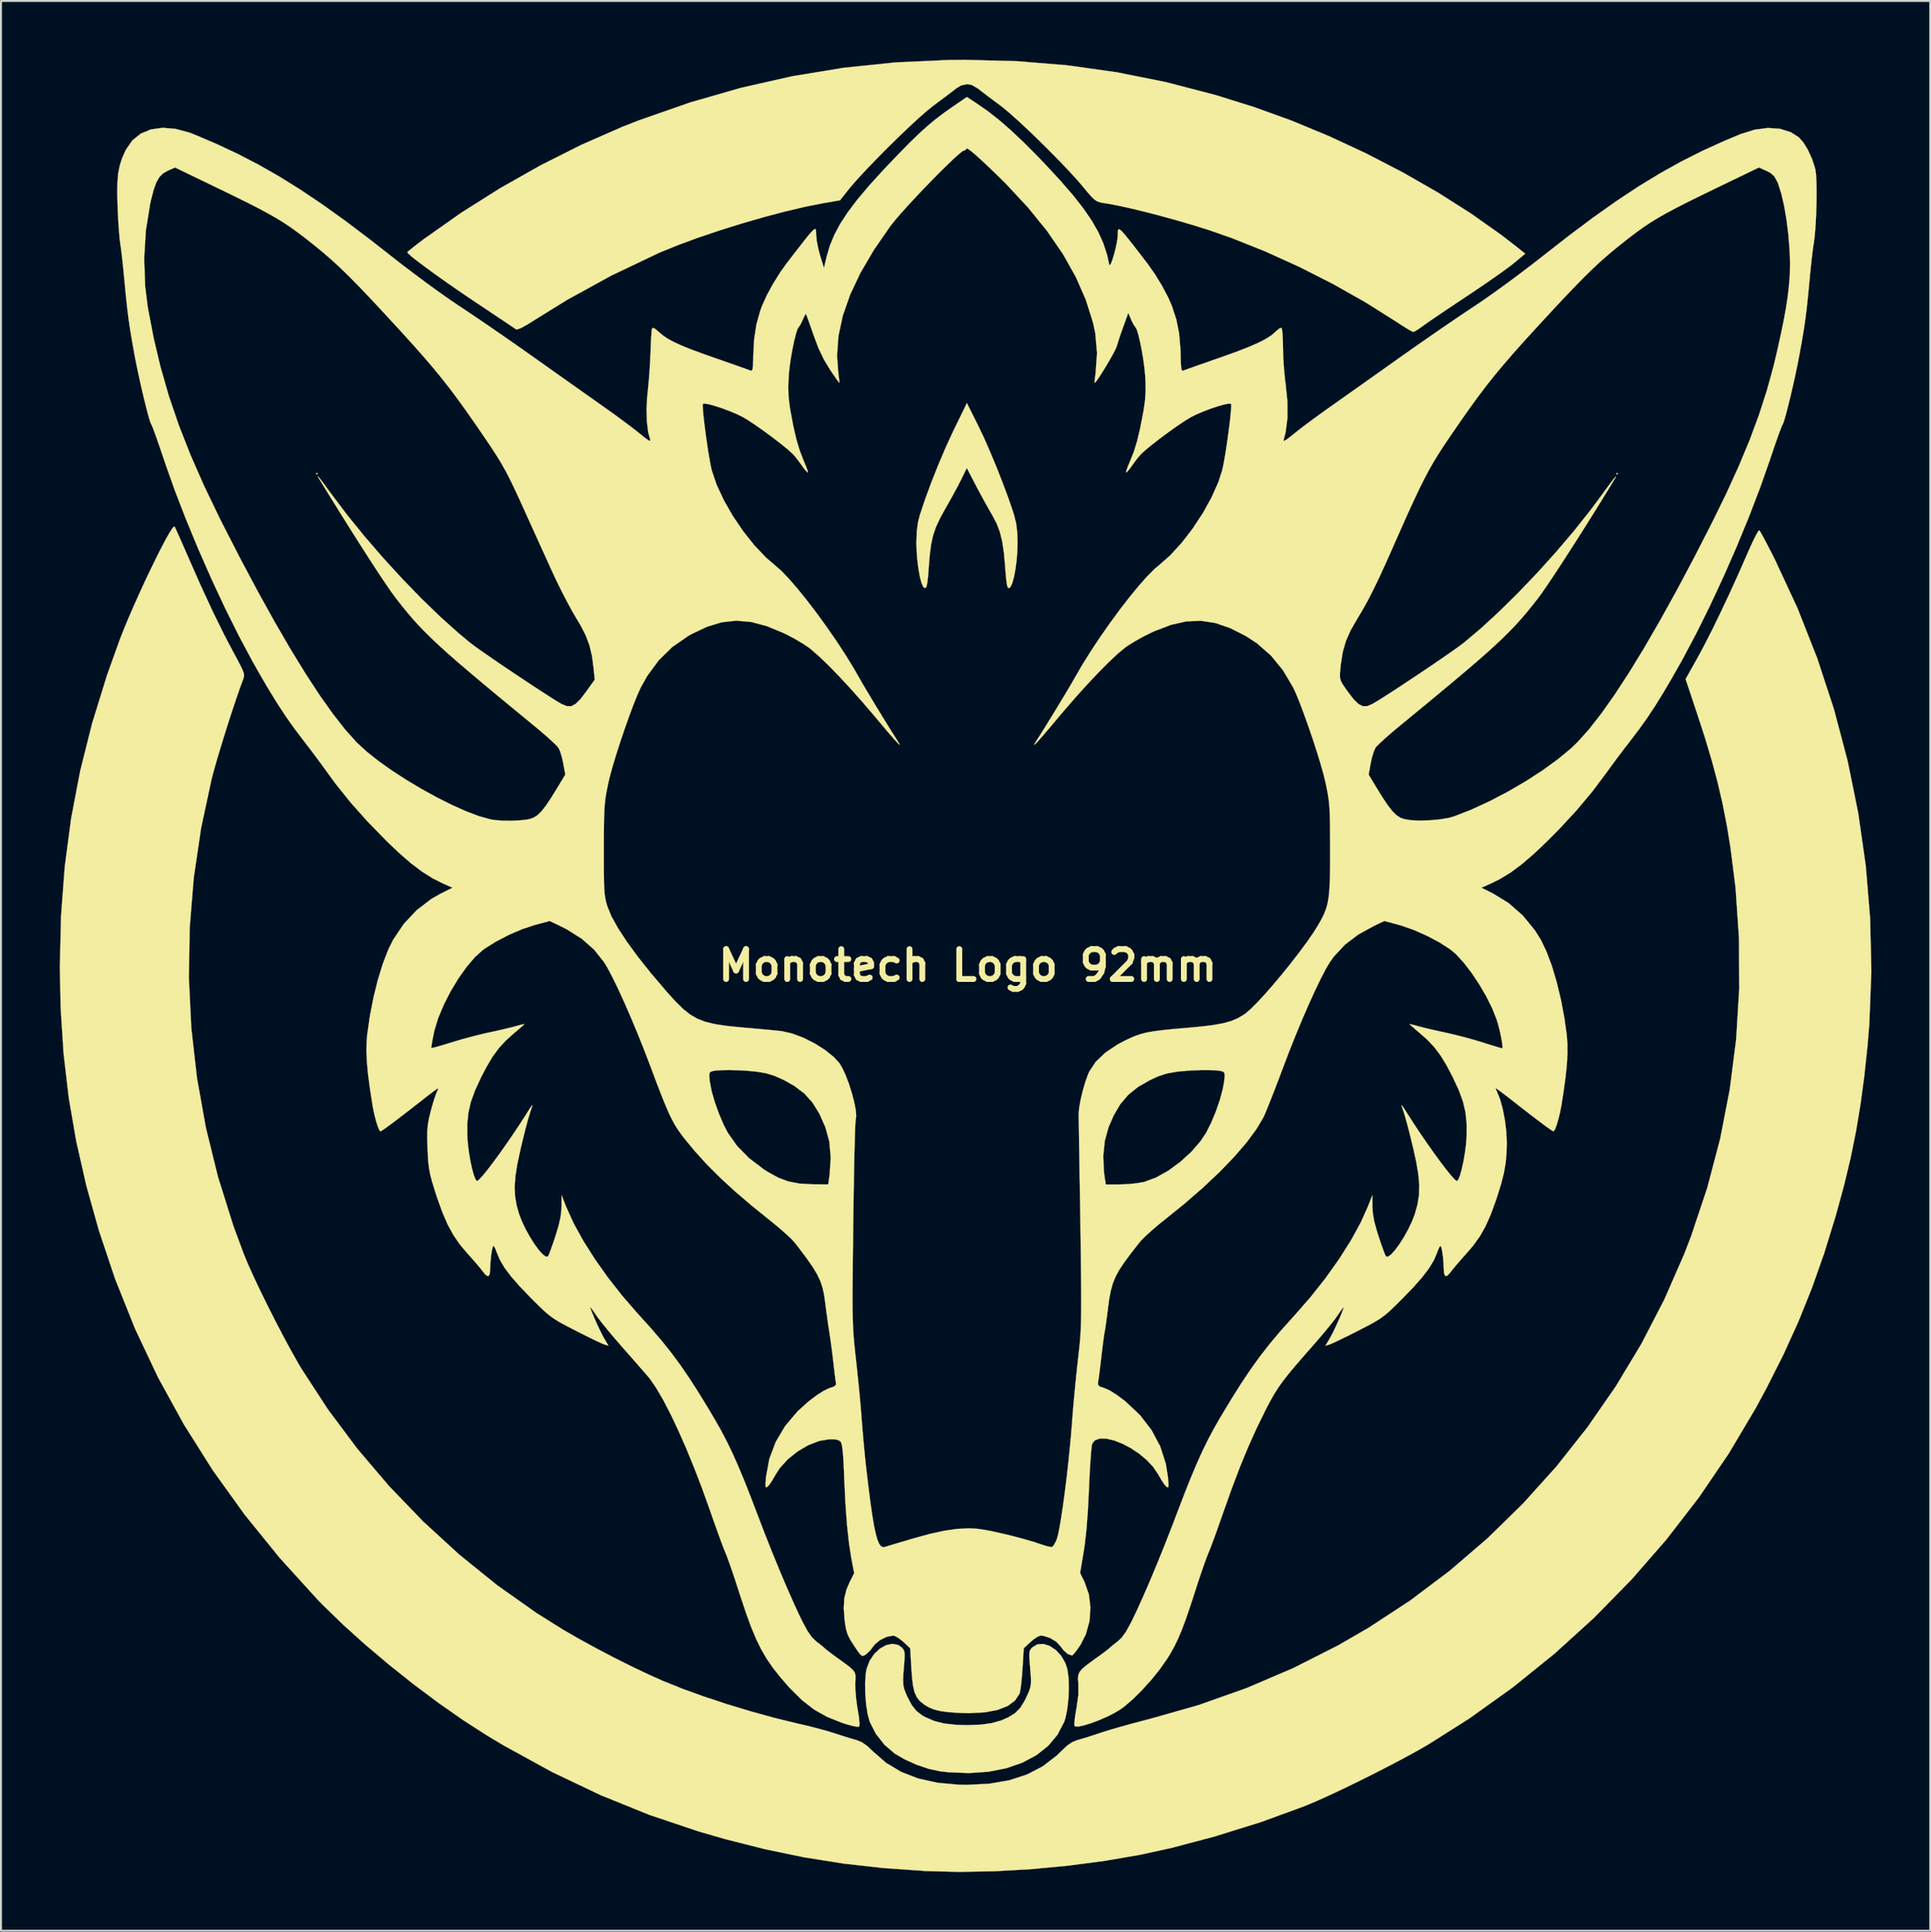
<source format=kicad_pcb>
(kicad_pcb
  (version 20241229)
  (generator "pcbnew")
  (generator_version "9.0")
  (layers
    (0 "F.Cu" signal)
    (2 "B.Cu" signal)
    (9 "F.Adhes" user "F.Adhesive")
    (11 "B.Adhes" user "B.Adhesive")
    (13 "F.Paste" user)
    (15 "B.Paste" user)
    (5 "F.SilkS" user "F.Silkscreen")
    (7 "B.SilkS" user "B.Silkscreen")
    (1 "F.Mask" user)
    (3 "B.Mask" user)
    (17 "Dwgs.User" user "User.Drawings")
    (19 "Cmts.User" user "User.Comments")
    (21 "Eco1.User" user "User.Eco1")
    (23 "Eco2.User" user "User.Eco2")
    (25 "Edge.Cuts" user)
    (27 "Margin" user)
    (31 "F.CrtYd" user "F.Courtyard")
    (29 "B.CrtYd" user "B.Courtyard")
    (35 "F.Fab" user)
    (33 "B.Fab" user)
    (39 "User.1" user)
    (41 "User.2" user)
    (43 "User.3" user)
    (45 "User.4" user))
  (footprint "Monotech Logo 92mm"
    (layer "F.Cu")
    (at 46.356 46.233)
    (property "Reference" "Monotech Logo 92mm" (at 0 0 0) (layer "F.SilkS") (effects (font (size 1.524 1.524) (thickness 0.3))))
    (attr through_hole)
    (fp_poly (pts (xy -33.189 -25.104) (xy -33.232 -25.061) (xy -33.274 -25.104) (xy -33.232 -25.146) (xy -33.189 -25.104)) (stroke (width 0.01) (type solid)) (fill yes) (layer "F.SilkS"))
    (fp_poly (pts (xy 33.189 -25.104) (xy 33.147 -25.061) (xy 33.105 -25.104) (xy 33.147 -25.146) (xy 33.189 -25.104)) (stroke (width 0.01) (type solid)) (fill yes) (layer "F.SilkS"))
    (fp_poly (pts (xy 0.537 -27.541) (xy 0.824 -26.938) (xy 1.139 -26.222) (xy 1.463 -25.442) (xy 1.777 -24.647) (xy 2.06 -23.887) (xy 2.293 -23.211) (xy 2.362 -22.997) (xy 2.47 -22.556) (xy 2.526 -22.076) (xy 2.54 -21.589) (xy 2.526 -21.106) (xy 2.487 -20.636) (xy 2.428 -20.2) (xy 2.355 -19.821) (xy 2.272 -19.522) (xy 2.185 -19.327) (xy 2.099 -19.257) (xy 2.028 -19.32) (xy 1.997 -19.447) (xy 1.963 -19.702) (xy 1.93 -20.045) (xy 1.91 -20.32) (xy 1.847 -21.042) (xy 1.76 -21.631) (xy 1.639 -22.125) (xy 1.474 -22.56) (xy 1.258 -22.972) (xy 1.254 -22.979) (xy 1.062 -23.311) (xy 0.828 -23.732) (xy 0.584 -24.181) (xy 0.422 -24.487) (xy -0.051 -25.395) (xy -0.329 -24.826) (xy -0.484 -24.521) (xy -0.697 -24.124) (xy -0.938 -23.689) (xy -1.153 -23.31) (xy -1.424 -22.817) (xy -1.626 -22.381) (xy -1.771 -21.955) (xy -1.873 -21.494) (xy -1.943 -20.953) (xy -1.994 -20.32) (xy -2.03 -19.844) (xy -2.069 -19.52) (xy -2.114 -19.333) (xy -2.172 -19.265) (xy -2.245 -19.3) (xy -2.273 -19.331) (xy -2.36 -19.514) (xy -2.443 -19.828) (xy -2.517 -20.237) (xy -2.576 -20.702) (xy -2.614 -21.186) (xy -2.625 -21.589) (xy -2.604 -22.168) (xy -2.537 -22.646) (xy -2.451 -22.982) (xy -2.189 -23.77) (xy -1.865 -24.649) (xy -1.502 -25.563) (xy -1.122 -26.455) (xy -0.747 -27.271) (xy -0.698 -27.372) (xy -0.046 -28.708) (xy 0.537 -27.541)) (stroke (width 0.01) (type solid)) (fill yes) (layer "F.SilkS"))
    (fp_poly (pts (xy -3.551 34.685) (xy -3.375 34.81) (xy -3.288 34.911) (xy -3.239 35.026) (xy -3.224 35.197) (xy -3.235 35.467) (xy -3.255 35.72) (xy -3.29 36.165) (xy -3.303 36.486) (xy -3.291 36.726) (xy -3.248 36.93) (xy -3.169 37.142) (xy -3.085 37.331) (xy -2.86 37.756) (xy -2.616 38.06) (xy -2.311 38.291) (xy -2.159 38.375) (xy -1.707 38.567) (xy -1.209 38.693) (xy -0.626 38.759) (xy -0.042 38.775) (xy 0.646 38.752) (xy 1.212 38.676) (xy 1.699 38.54) (xy 2.074 38.375) (xy 2.408 38.168) (xy 2.667 37.909) (xy 2.891 37.554) (xy 3.01 37.31) (xy 3.115 37.074) (xy 3.183 36.885) (xy 3.218 36.699) (xy 3.226 36.473) (xy 3.209 36.165) (xy 3.173 35.732) (xy 3.172 35.72) (xy 3.145 35.362) (xy 3.141 35.131) (xy 3.167 34.983) (xy 3.227 34.878) (xy 3.29 34.81) (xy 3.553 34.652) (xy 3.859 34.632) (xy 4.18 34.734) (xy 4.492 34.942) (xy 4.768 35.239) (xy 4.981 35.608) (xy 5.084 35.927) (xy 5.144 36.361) (xy 5.159 36.887) (xy 5.135 37.448) (xy 5.073 37.984) (xy 4.978 38.438) (xy 4.922 38.608) (xy 4.581 39.264) (xy 4.103 39.833) (xy 3.499 40.312) (xy 2.781 40.694) (xy 1.961 40.977) (xy 1.05 41.155) (xy 0.059 41.224) (xy -1 41.179) (xy -1.429 41.13) (xy -1.988 41.009) (xy -2.602 40.802) (xy -3.203 40.534) (xy -3.72 40.235) (xy -3.722 40.234) (xy -4.254 39.779) (xy -4.698 39.212) (xy -5.005 38.608) (xy -5.113 38.213) (xy -5.191 37.71) (xy -5.235 37.156) (xy -5.241 36.609) (xy -5.206 36.129) (xy -5.165 35.902) (xy -5.011 35.491) (xy -4.775 35.142) (xy -4.485 34.87) (xy -4.166 34.693) (xy -3.846 34.626) (xy -3.551 34.685)) (stroke (width 0.01) (type solid)) (fill yes) (layer "F.SilkS"))
    (fp_poly (pts (xy 2.512 -46.159) (xy 5.085 -45.948) (xy 7.618 -45.592) (xy 10.136 -45.086) (xy 12.663 -44.427) (xy 14.605 -43.821) (xy 16.517 -43.131) (xy 18.439 -42.334) (xy 20.345 -41.447) (xy 22.205 -40.484) (xy 23.994 -39.459) (xy 25.683 -38.386) (xy 27.246 -37.282) (xy 28.014 -36.687) (xy 28.457 -36.333) (xy 27.881 -35.854) (xy 27.649 -35.673) (xy 27.302 -35.419) (xy 26.867 -35.111) (xy 26.371 -34.768) (xy 25.841 -34.409) (xy 25.443 -34.143) (xy 24.921 -33.796) (xy 24.426 -33.465) (xy 23.982 -33.165) (xy 23.612 -32.913) (xy 23.341 -32.724) (xy 23.208 -32.627) (xy 22.985 -32.469) (xy 22.809 -32.366) (xy 22.741 -32.343) (xy 22.637 -32.387) (xy 22.425 -32.509) (xy 22.137 -32.688) (xy 21.838 -32.884) (xy 20.298 -33.854) (xy 18.647 -34.786) (xy 16.93 -35.657) (xy 15.19 -36.447) (xy 13.472 -37.133) (xy 12.319 -37.535) (xy 11.583 -37.767) (xy 10.794 -38) (xy 9.986 -38.224) (xy 9.192 -38.433) (xy 8.444 -38.616) (xy 7.775 -38.766) (xy 7.219 -38.874) (xy 7.01 -38.907) (xy 6.787 -38.945) (xy 6.615 -39.001) (xy 6.46 -39.101) (xy 6.287 -39.269) (xy 6.062 -39.532) (xy 5.917 -39.709) (xy 5.584 -40.098) (xy 5.162 -40.559) (xy 4.677 -41.068) (xy 4.151 -41.603) (xy 3.61 -42.138) (xy 3.077 -42.651) (xy 2.575 -43.118) (xy 2.13 -43.515) (xy 1.765 -43.819) (xy 1.651 -43.906) (xy 1.294 -44.171) (xy 0.959 -44.422) (xy 0.685 -44.631) (xy 0.519 -44.761) (xy 0.202 -44.945) (xy -0.042 -44.992) (xy -0.356 -44.916) (xy -0.604 -44.761) (xy -0.785 -44.619) (xy -1.065 -44.407) (xy -1.403 -44.154) (xy -1.737 -43.906) (xy -2.055 -43.652) (xy -2.463 -43.296) (xy -2.937 -42.86) (xy -3.454 -42.369) (xy -3.991 -41.844) (xy -4.524 -41.309) (xy -5.029 -40.788) (xy -5.483 -40.304) (xy -5.864 -39.88) (xy -6.122 -39.569) (xy -6.521 -39.06) (xy -7.388 -38.91) (xy -8.297 -38.73) (xy -9.32 -38.489) (xy -10.418 -38.199) (xy -11.551 -37.871) (xy -12.681 -37.517) (xy -13.768 -37.15) (xy -14.774 -36.78) (xy -15.659 -36.421) (xy -15.79 -36.364) (xy -18.183 -35.225) (xy -20.458 -33.975) (xy -22.043 -32.994) (xy -22.483 -32.718) (xy -22.798 -32.545) (xy -22.994 -32.47) (xy -23.067 -32.476) (xy -23.163 -32.542) (xy -23.381 -32.689) (xy -23.7 -32.903) (xy -24.102 -33.172) (xy -24.566 -33.482) (xy -25.069 -33.817) (xy -25.662 -34.216) (xy -26.243 -34.615) (xy -26.797 -35.003) (xy -27.307 -35.367) (xy -27.756 -35.696) (xy -28.128 -35.977) (xy -28.405 -36.197) (xy -28.572 -36.346) (xy -28.615 -36.405) (xy -28.55 -36.469) (xy -28.374 -36.613) (xy -28.113 -36.817) (xy -27.794 -37.059) (xy -27.747 -37.094) (xy -25.856 -38.426) (xy -23.868 -39.681) (xy -21.817 -40.84) (xy -19.738 -41.886) (xy -17.664 -42.797) (xy -16.806 -43.134) (xy -14.183 -44.05) (xy -11.573 -44.801) (xy -8.962 -45.391) (xy -6.336 -45.823) (xy -3.679 -46.098) (xy -0.978 -46.221) (xy -0.127 -46.228) (xy 2.512 -46.159)) (stroke (width 0.01) (type solid)) (fill yes) (layer "F.SilkS"))
    (fp_poly (pts (xy -40.453 -22.32) (xy -40.352 -22.102) (xy -40.207 -21.779) (xy -40.03 -21.376) (xy -39.841 -20.941) (xy -39.178 -19.438) (xy -38.556 -18.094) (xy -37.976 -16.911) (xy -37.481 -15.969) (xy -37.25 -15.542) (xy -37.092 -15.235) (xy -36.996 -15.02) (xy -36.951 -14.868) (xy -36.949 -14.752) (xy -36.979 -14.643) (xy -36.99 -14.615) (xy -37.15 -14.184) (xy -37.344 -13.627) (xy -37.559 -12.982) (xy -37.784 -12.286) (xy -38.008 -11.575) (xy -38.217 -10.888) (xy -38.401 -10.261) (xy -38.548 -9.732) (xy -38.602 -9.525) (xy -39.142 -7.006) (xy -39.516 -4.468) (xy -39.723 -1.917) (xy -39.764 0.64) (xy -39.64 3.196) (xy -39.35 5.747) (xy -38.895 8.284) (xy -38.275 10.802) (xy -37.492 13.294) (xy -36.96 14.732) (xy -36.741 15.258) (xy -36.453 15.897) (xy -36.112 16.617) (xy -35.736 17.384) (xy -35.339 18.167) (xy -34.939 18.933) (xy -34.553 19.648) (xy -34.196 20.28) (xy -34.002 20.609) (xy -32.651 22.681) (xy -31.16 24.675) (xy -29.54 26.579) (xy -27.805 28.381) (xy -25.965 30.068) (xy -24.034 31.629) (xy -22.022 33.051) (xy -20.651 33.911) (xy -19.858 34.368) (xy -18.976 34.851) (xy -18.051 35.335) (xy -17.13 35.796) (xy -16.26 36.209) (xy -15.549 36.526) (xy -14.571 36.919) (xy -13.469 37.317) (xy -12.288 37.708) (xy -11.072 38.076) (xy -9.865 38.408) (xy -8.713 38.691) (xy -8.523 38.733) (xy -8.036 38.848) (xy -7.522 38.982) (xy -7.05 39.116) (xy -6.787 39.198) (xy -6.406 39.322) (xy -6.038 39.436) (xy -5.745 39.522) (xy -5.681 39.54) (xy -5.41 39.647) (xy -5.132 39.843) (xy -4.834 40.126) (xy -4.161 40.71) (xy -3.393 41.168) (xy -2.523 41.504) (xy -1.545 41.72) (xy -0.451 41.818) (xy -0.042 41.825) (xy 1.093 41.768) (xy 2.111 41.593) (xy 3.017 41.299) (xy 3.82 40.883) (xy 4.525 40.343) (xy 4.749 40.126) (xy 5.068 39.825) (xy 5.342 39.639) (xy 5.596 39.54) (xy 5.837 39.471) (xy 6.184 39.364) (xy 6.581 39.235) (xy 6.825 39.154) (xy 7.197 39.036) (xy 7.687 38.892) (xy 8.246 38.736) (xy 8.826 38.58) (xy 9.238 38.475) (xy 11.765 37.758) (xy 14.224 36.888) (xy 16.609 35.868) (xy 18.913 34.701) (xy 20.459 33.807) (xy 22.585 32.415) (xy 24.614 30.887) (xy 26.539 29.232) (xy 28.353 27.457) (xy 30.052 25.57) (xy 31.627 23.579) (xy 33.074 21.492) (xy 34.385 19.316) (xy 35.554 17.058) (xy 36.574 14.728) (xy 36.929 13.807) (xy 37.752 11.341) (xy 38.409 8.844) (xy 38.9 6.319) (xy 39.224 3.771) (xy 39.381 1.202) (xy 39.37 -1.384) (xy 39.192 -3.982) (xy 38.936 -6.011) (xy 38.748 -7.157) (xy 38.534 -8.249) (xy 38.284 -9.329) (xy 37.988 -10.437) (xy 37.636 -11.615) (xy 37.24 -12.833) (xy 36.644 -14.618) (xy 37.254 -15.706) (xy 37.606 -16.36) (xy 38.005 -17.144) (xy 38.436 -18.029) (xy 38.886 -18.987) (xy 39.342 -19.989) (xy 39.789 -21.006) (xy 39.792 -21.015) (xy 39.978 -21.432) (xy 40.145 -21.784) (xy 40.281 -22.046) (xy 40.373 -22.193) (xy 40.403 -22.214) (xy 40.462 -22.128) (xy 40.583 -21.913) (xy 40.754 -21.596) (xy 40.96 -21.199) (xy 41.189 -20.747) (xy 41.205 -20.715) (xy 42.36 -18.228) (xy 43.364 -15.68) (xy 44.217 -13.081) (xy 44.915 -10.443) (xy 45.457 -7.775) (xy 45.841 -5.087) (xy 46.065 -2.392) (xy 46.126 0.302) (xy 46.023 2.982) (xy 45.932 4.092) (xy 45.764 5.662) (xy 45.569 7.11) (xy 45.34 8.483) (xy 45.067 9.826) (xy 44.742 11.186) (xy 44.355 12.608) (xy 44.293 12.827) (xy 43.717 14.693) (xy 43.095 16.457) (xy 42.407 18.166) (xy 41.636 19.864) (xy 40.762 21.597) (xy 40.21 22.617) (xy 38.841 24.922) (xy 37.325 27.15) (xy 35.67 29.293) (xy 33.885 31.342) (xy 31.976 33.29) (xy 29.953 35.128) (xy 27.822 36.848) (xy 25.593 38.443) (xy 23.537 39.746) (xy 22.97 40.073) (xy 22.293 40.443) (xy 21.539 40.841) (xy 20.74 41.251) (xy 19.927 41.656) (xy 19.133 42.041) (xy 18.39 42.389) (xy 17.73 42.685) (xy 17.187 42.912) (xy 14.963 43.725) (xy 12.61 44.457) (xy 10.448 45.032) (xy 8.781 45.397) (xy 6.996 45.704) (xy 5.137 45.948) (xy 3.248 46.127) (xy 1.371 46.234) (xy -0.449 46.268) (xy -2.159 46.223) (xy -4.307 46.072) (xy -6.355 45.842) (xy -8.352 45.524) (xy -10.345 45.111) (xy -12.381 44.595) (xy -13.758 44.197) (xy -16.268 43.353) (xy -18.756 42.344) (xy -21.224 41.168) (xy -23.674 39.824) (xy -24.553 39.299) (xy -25.749 38.53) (xy -27.001 37.655) (xy -28.277 36.702) (xy -29.541 35.696) (xy -30.761 34.666) (xy -31.902 33.638) (xy -32.929 32.64) (xy -33.194 32.368) (xy -35.131 30.235) (xy -36.913 28.037) (xy -38.54 25.772) (xy -40.013 23.437) (xy -41.336 21.03) (xy -42.509 18.548) (xy -43.533 15.989) (xy -44.364 13.504) (xy -45.004 11.214) (xy -45.513 8.973) (xy -45.897 6.743) (xy -46.16 4.487) (xy -46.31 2.168) (xy -46.351 0.085) (xy -46.29 -2.523) (xy -46.099 -5.048) (xy -45.773 -7.515) (xy -45.308 -9.949) (xy -44.698 -12.377) (xy -43.94 -14.825) (xy -43.294 -16.627) (xy -43.088 -17.15) (xy -42.849 -17.727) (xy -42.584 -18.338) (xy -42.303 -18.966) (xy -42.015 -19.593) (xy -41.727 -20.2) (xy -41.45 -20.769) (xy -41.192 -21.281) (xy -40.961 -21.72) (xy -40.766 -22.066) (xy -40.617 -22.301) (xy -40.522 -22.407) (xy -40.498 -22.408) (xy -40.453 -22.32)) (stroke (width 0.01) (type solid)) (fill yes) (layer "F.SilkS"))
    (fp_poly (pts (xy 0.464 -43.997) (xy 1.028 -43.603) (xy 1.603 -43.152) (xy 2.207 -42.627) (xy 2.861 -42.009) (xy 3.585 -41.28) (xy 3.959 -40.89) (xy 4.728 -40.06) (xy 5.372 -39.316) (xy 5.903 -38.64) (xy 6.331 -38.015) (xy 6.668 -37.424) (xy 6.924 -36.85) (xy 7.11 -36.276) (xy 7.222 -35.772) (xy 7.256 -35.744) (xy 7.316 -35.848) (xy 7.391 -36.05) (xy 7.472 -36.316) (xy 7.548 -36.612) (xy 7.61 -36.904) (xy 7.648 -37.158) (xy 7.655 -37.263) (xy 7.658 -37.415) (xy 7.667 -37.524) (xy 7.695 -37.58) (xy 7.753 -37.573) (xy 7.851 -37.492) (xy 8 -37.327) (xy 8.213 -37.067) (xy 8.5 -36.701) (xy 8.872 -36.218) (xy 9.165 -35.837) (xy 9.545 -35.3) (xy 9.91 -34.703) (xy 10.224 -34.111) (xy 10.419 -33.667) (xy 10.645 -32.974) (xy 10.788 -32.257) (xy 10.857 -31.457) (xy 10.866 -31.135) (xy 10.875 -30.753) (xy 10.892 -30.514) (xy 10.922 -30.39) (xy 10.97 -30.356) (xy 11.006 -30.366) (xy 11.121 -30.409) (xy 11.371 -30.499) (xy 11.73 -30.627) (xy 12.173 -30.782) (xy 12.676 -30.958) (xy 12.869 -31.025) (xy 13.659 -31.307) (xy 14.301 -31.555) (xy 14.813 -31.777) (xy 15.211 -31.981) (xy 15.511 -32.175) (xy 15.731 -32.367) (xy 15.741 -32.378) (xy 15.894 -32.509) (xy 16.005 -32.55) (xy 16.014 -32.547) (xy 16.044 -32.449) (xy 16.068 -32.218) (xy 16.084 -31.89) (xy 16.089 -31.555) (xy 16.103 -31.049) (xy 16.138 -30.492) (xy 16.188 -29.971) (xy 16.215 -29.76) (xy 16.315 -28.795) (xy 16.318 -27.95) (xy 16.223 -27.208) (xy 16.119 -26.809) (xy 16.149 -26.776) (xy 16.289 -26.856) (xy 16.528 -27.04) (xy 16.607 -27.105) (xy 16.856 -27.305) (xy 17.208 -27.575) (xy 17.63 -27.889) (xy 18.087 -28.221) (xy 18.457 -28.485) (xy 18.866 -28.773) (xy 19.381 -29.138) (xy 19.974 -29.557) (xy 20.612 -30.01) (xy 21.267 -30.473) (xy 21.906 -30.927) (xy 22.083 -31.053) (xy 22.724 -31.505) (xy 23.399 -31.976) (xy 24.077 -32.445) (xy 24.725 -32.889) (xy 25.308 -33.284) (xy 25.795 -33.609) (xy 25.893 -33.673) (xy 26.371 -33.996) (xy 26.943 -34.4) (xy 27.575 -34.858) (xy 28.23 -35.346) (xy 28.872 -35.835) (xy 29.412 -36.257) (xy 30.745 -37.297) (xy 31.985 -38.223) (xy 33.152 -39.047) (xy 34.266 -39.782) (xy 35.348 -40.441) (xy 36.418 -41.036) (xy 37.495 -41.579) (xy 38.6 -42.082) (xy 39.452 -42.438) (xy 40.162 -42.661) (xy 40.839 -42.751) (xy 41.464 -42.708) (xy 42.016 -42.533) (xy 42.426 -42.271) (xy 42.658 -42.008) (xy 42.89 -41.627) (xy 43.095 -41.178) (xy 43.248 -40.713) (xy 43.265 -40.645) (xy 43.301 -40.383) (xy 43.323 -39.989) (xy 43.331 -39.501) (xy 43.326 -38.955) (xy 43.31 -38.389) (xy 43.282 -37.84) (xy 43.245 -37.344) (xy 43.198 -36.939) (xy 43.18 -36.83) (xy 43.143 -36.584) (xy 43.097 -36.21) (xy 43.046 -35.751) (xy 42.995 -35.248) (xy 42.969 -34.967) (xy 42.898 -34.219) (xy 42.831 -33.588) (xy 42.761 -33.023) (xy 42.68 -32.471) (xy 42.582 -31.88) (xy 42.459 -31.199) (xy 42.451 -31.157) (xy 42.357 -30.672) (xy 42.247 -30.147) (xy 42.127 -29.609) (xy 42.006 -29.085) (xy 41.888 -28.602) (xy 41.78 -28.185) (xy 41.689 -27.863) (xy 41.622 -27.661) (xy 41.592 -27.606) (xy 41.548 -27.515) (xy 41.46 -27.287) (xy 41.336 -26.945) (xy 41.185 -26.512) (xy 41.014 -26.012) (xy 40.923 -25.739) (xy 40.436 -24.357) (xy 39.872 -22.887) (xy 39.247 -21.37) (xy 38.58 -19.848) (xy 37.889 -18.364) (xy 37.193 -16.958) (xy 36.511 -15.673) (xy 36.448 -15.56) (xy 35.944 -14.669) (xy 35.492 -13.902) (xy 35.074 -13.229) (xy 34.672 -12.623) (xy 34.265 -12.052) (xy 33.836 -11.489) (xy 33.823 -11.472) (xy 33.499 -11.053) (xy 33.148 -10.587) (xy 32.819 -10.141) (xy 32.621 -9.867) (xy 31.894 -8.895) (xy 31.092 -7.936) (xy 30.185 -6.956) (xy 29.574 -6.341) (xy 28.892 -5.693) (xy 28.28 -5.168) (xy 27.713 -4.747) (xy 27.167 -4.413) (xy 26.695 -4.18) (xy 26.218 -3.969) (xy 26.817 -3.671) (xy 27.612 -3.183) (xy 28.326 -2.556) (xy 28.942 -1.807) (xy 29.253 -1.312) (xy 29.541 -0.715) (xy 29.815 0.018) (xy 30.065 0.856) (xy 30.284 1.766) (xy 30.461 2.715) (xy 30.575 3.538) (xy 30.61 3.995) (xy 30.613 4.491) (xy 30.582 5.052) (xy 30.514 5.706) (xy 30.408 6.477) (xy 30.301 7.154) (xy 30.232 7.509) (xy 30.147 7.856) (xy 30.056 8.157) (xy 29.972 8.373) (xy 29.907 8.466) (xy 29.901 8.467) (xy 29.803 8.414) (xy 29.579 8.259) (xy 29.237 8.006) (xy 28.782 7.66) (xy 28.221 7.225) (xy 27.829 6.918) (xy 27.51 6.67) (xy 27.241 6.465) (xy 27.049 6.324) (xy 26.96 6.266) (xy 26.958 6.265) (xy 26.961 6.328) (xy 27.015 6.446) (xy 27.171 6.825) (xy 27.308 7.324) (xy 27.418 7.894) (xy 27.49 8.485) (xy 27.515 9.044) (xy 27.501 9.599) (xy 27.453 10.104) (xy 27.364 10.608) (xy 27.224 11.157) (xy 27.024 11.801) (xy 26.964 11.98) (xy 26.7 12.707) (xy 26.432 13.309) (xy 26.138 13.828) (xy 25.792 14.308) (xy 25.46 14.695) (xy 25.183 15.006) (xy 24.929 15.301) (xy 24.732 15.539) (xy 24.651 15.645) (xy 24.488 15.83) (xy 24.375 15.853) (xy 24.313 15.715) (xy 24.299 15.51) (xy 24.287 15.203) (xy 24.259 14.884) (xy 24.22 14.599) (xy 24.176 14.393) (xy 24.134 14.309) (xy 24.132 14.309) (xy 24.072 14.381) (xy 23.99 14.564) (xy 23.955 14.663) (xy 23.796 15.04) (xy 23.552 15.446) (xy 23.21 15.897) (xy 22.756 16.414) (xy 22.214 16.976) (xy 21.837 17.352) (xy 21.54 17.635) (xy 21.284 17.855) (xy 21.03 18.039) (xy 20.74 18.215) (xy 20.375 18.413) (xy 19.935 18.639) (xy 19.499 18.859) (xy 19.102 19.055) (xy 18.775 19.212) (xy 18.547 19.315) (xy 18.465 19.347) (xy 18.26 19.409) (xy 18.493 19.011) (xy 18.607 18.8) (xy 18.742 18.523) (xy 18.884 18.216) (xy 19.015 17.917) (xy 19.119 17.664) (xy 19.179 17.493) (xy 19.184 17.441) (xy 19.128 17.506) (xy 19.006 17.674) (xy 18.862 17.886) (xy 18.704 18.102) (xy 18.459 18.411) (xy 18.154 18.78) (xy 17.816 19.176) (xy 17.601 19.422) (xy 17.092 20.002) (xy 16.68 20.48) (xy 16.348 20.881) (xy 16.077 21.229) (xy 15.851 21.547) (xy 15.652 21.859) (xy 15.464 22.19) (xy 15.267 22.561) (xy 15.193 22.706) (xy 14.739 23.633) (xy 14.313 24.581) (xy 13.897 25.588) (xy 13.478 26.691) (xy 13.079 27.813) (xy 12.888 28.358) (xy 12.704 28.874) (xy 12.538 29.33) (xy 12.401 29.696) (xy 12.303 29.942) (xy 12.282 29.992) (xy 12.198 30.202) (xy 12.075 30.538) (xy 11.926 30.969) (xy 11.762 31.459) (xy 11.604 31.946) (xy 11.348 32.732) (xy 11.125 33.381) (xy 10.922 33.92) (xy 10.731 34.374) (xy 10.538 34.771) (xy 10.334 35.137) (xy 10.174 35.396) (xy 9.805 35.921) (xy 9.368 36.464) (xy 8.896 36.987) (xy 8.424 37.455) (xy 7.986 37.831) (xy 7.787 37.975) (xy 7.464 38.167) (xy 7.088 38.355) (xy 6.69 38.527) (xy 6.301 38.674) (xy 5.951 38.783) (xy 5.672 38.845) (xy 5.493 38.847) (xy 5.447 38.813) (xy 5.441 38.678) (xy 5.466 38.422) (xy 5.516 38.091) (xy 5.547 37.923) (xy 5.646 37.216) (xy 5.643 36.651) (xy 5.624 36.413) (xy 5.638 36.226) (xy 5.705 36.064) (xy 5.844 35.899) (xy 6.075 35.705) (xy 6.417 35.453) (xy 6.604 35.32) (xy 6.875 35.123) (xy 7.096 34.957) (xy 7.227 34.85) (xy 7.239 34.837) (xy 7.356 34.734) (xy 7.551 34.581) (xy 7.643 34.512) (xy 7.863 34.303) (xy 8.088 33.987) (xy 8.335 33.536) (xy 8.344 33.52) (xy 8.625 32.935) (xy 8.949 32.218) (xy 9.305 31.397) (xy 9.679 30.502) (xy 10.06 29.56) (xy 10.436 28.599) (xy 10.671 27.982) (xy 11.045 27.004) (xy 11.38 26.162) (xy 11.688 25.43) (xy 11.981 24.781) (xy 12.271 24.19) (xy 12.569 23.631) (xy 12.865 23.114) (xy 13.432 22.17) (xy 13.948 21.349) (xy 14.436 20.62) (xy 14.917 19.953) (xy 15.413 19.317) (xy 15.947 18.681) (xy 16.541 18.016) (xy 16.651 17.897) (xy 17.483 16.945) (xy 18.258 15.966) (xy 18.958 14.983) (xy 19.566 14.022) (xy 20.065 13.108) (xy 20.412 12.335) (xy 20.653 11.726) (xy 20.656 12.3) (xy 20.679 12.666) (xy 20.75 13.065) (xy 20.881 13.545) (xy 20.969 13.824) (xy 21.096 14.204) (xy 21.211 14.525) (xy 21.299 14.754) (xy 21.348 14.853) (xy 21.454 14.864) (xy 21.616 14.746) (xy 21.817 14.523) (xy 22.04 14.218) (xy 22.268 13.857) (xy 22.487 13.464) (xy 22.678 13.062) (xy 22.826 12.676) (xy 22.828 12.669) (xy 22.961 12.185) (xy 23.035 11.713) (xy 23.048 11.217) (xy 23.001 10.663) (xy 22.891 10.016) (xy 22.745 9.356) (xy 22.582 8.681) (xy 22.444 8.142) (xy 22.322 7.707) (xy 22.208 7.346) (xy 22.141 7.154) (xy 22.15 7.133) (xy 22.229 7.235) (xy 22.362 7.438) (xy 22.377 7.462) (xy 22.707 7.98) (xy 23.058 8.511) (xy 23.417 9.036) (xy 23.77 9.537) (xy 24.103 9.994) (xy 24.402 10.388) (xy 24.653 10.7) (xy 24.843 10.912) (xy 24.957 11.004) (xy 24.968 11.007) (xy 25.043 10.928) (xy 25.129 10.713) (xy 25.217 10.395) (xy 25.302 10.007) (xy 25.377 9.581) (xy 25.433 9.149) (xy 25.464 8.744) (xy 25.465 8.721) (xy 25.467 8.076) (xy 25.409 7.503) (xy 25.28 6.951) (xy 25.068 6.369) (xy 24.765 5.715) (xy 24.436 5.087) (xy 24.126 4.582) (xy 23.807 4.16) (xy 23.449 3.783) (xy 23.098 3.472) (xy 22.848 3.261) (xy 22.659 3.096) (xy 22.559 3.003) (xy 22.551 2.991) (xy 22.632 3.005) (xy 22.829 3.054) (xy 23.029 3.109) (xy 23.317 3.184) (xy 23.708 3.277) (xy 24.141 3.374) (xy 24.384 3.426) (xy 24.853 3.534) (xy 25.401 3.675) (xy 25.946 3.827) (xy 26.26 3.922) (xy 26.642 4.042) (xy 26.962 4.14) (xy 27.186 4.207) (xy 27.283 4.233) (xy 27.284 4.233) (xy 27.3 4.158) (xy 27.28 3.96) (xy 27.231 3.679) (xy 27.162 3.356) (xy 27.08 3.031) (xy 26.999 2.761) (xy 26.771 2.186) (xy 26.465 1.571) (xy 26.103 0.952) (xy 25.709 0.363) (xy 25.306 -0.159) (xy 24.916 -0.582) (xy 24.652 -0.808) (xy 24.102 -1.165) (xy 23.452 -1.511) (xy 22.772 -1.813) (xy 22.131 -2.037) (xy 22.028 -2.066) (xy 21.262 -2.271) (xy 20.751 -2.029) (xy 19.929 -1.576) (xy 19.249 -1.06) (xy 18.694 -0.463) (xy 18.483 -0.169) (xy 18.274 0.183) (xy 18.019 0.672) (xy 17.728 1.277) (xy 17.411 1.973) (xy 17.078 2.739) (xy 16.74 3.553) (xy 16.406 4.391) (xy 16.127 5.122) (xy 15.901 5.723) (xy 15.683 6.292) (xy 15.483 6.805) (xy 15.311 7.236) (xy 15.177 7.559) (xy 15.093 7.747) (xy 14.731 8.358) (xy 14.231 9.034) (xy 13.603 9.764) (xy 12.859 10.535) (xy 12.011 11.335) (xy 11.071 12.152) (xy 10.128 12.913) (xy 9.738 13.227) (xy 9.37 13.542) (xy 9.056 13.829) (xy 8.832 14.056) (xy 8.781 14.116) (xy 8.341 14.678) (xy 7.997 15.14) (xy 7.735 15.535) (xy 7.541 15.891) (xy 7.4 16.239) (xy 7.298 16.607) (xy 7.22 17.027) (xy 7.158 17.484) (xy 7.104 17.906) (xy 7.054 18.274) (xy 7.014 18.551) (xy 6.987 18.702) (xy 6.985 18.711) (xy 6.962 18.839) (xy 6.925 19.1) (xy 6.879 19.459) (xy 6.828 19.88) (xy 6.816 19.981) (xy 6.765 20.417) (xy 6.717 20.803) (xy 6.677 21.103) (xy 6.65 21.28) (xy 6.647 21.298) (xy 6.651 21.416) (xy 6.754 21.499) (xy 6.966 21.569) (xy 7.229 21.684) (xy 7.578 21.901) (xy 7.983 22.201) (xy 8.057 22.26) (xy 8.791 22.952) (xy 9.382 23.718) (xy 9.823 24.549) (xy 10.109 25.433) (xy 10.216 26.109) (xy 10.242 26.417) (xy 10.244 26.586) (xy 10.217 26.643) (xy 10.157 26.616) (xy 10.13 26.595) (xy 10.018 26.462) (xy 9.865 26.229) (xy 9.724 25.983) (xy 9.471 25.604) (xy 9.138 25.246) (xy 8.749 24.921) (xy 8.325 24.638) (xy 7.889 24.409) (xy 7.466 24.244) (xy 7.076 24.153) (xy 6.743 24.147) (xy 6.49 24.237) (xy 6.348 24.413) (xy 6.323 24.546) (xy 6.295 24.822) (xy 6.265 25.218) (xy 6.234 25.706) (xy 6.205 26.263) (xy 6.186 26.712) (xy 6.13 27.816) (xy 6.06 28.756) (xy 5.974 29.536) (xy 5.916 29.919) (xy 5.733 31.009) (xy 5.963 31.479) (xy 6.18 32.104) (xy 6.261 32.784) (xy 6.209 33.477) (xy 6.026 34.141) (xy 5.75 34.682) (xy 5.572 34.94) (xy 5.422 35.131) (xy 5.327 35.219) (xy 5.318 35.221) (xy 5.099 35.145) (xy 4.87 34.936) (xy 4.747 34.765) (xy 4.516 34.52) (xy 4.19 34.323) (xy 3.841 34.215) (xy 3.72 34.205) (xy 3.566 34.261) (xy 3.351 34.403) (xy 3.203 34.529) (xy 2.856 34.853) (xy 2.791 35.905) (xy 2.759 36.329) (xy 2.721 36.709) (xy 2.68 37.002) (xy 2.642 37.168) (xy 2.642 37.169) (xy 2.412 37.522) (xy 2.034 37.8) (xy 1.516 38.001) (xy 0.862 38.124) (xy 0.078 38.165) (xy -0.391 38.154) (xy -0.953 38.117) (xy -1.383 38.062) (xy -1.719 37.981) (xy -1.999 37.864) (xy -2.207 37.739) (xy -2.433 37.562) (xy -2.599 37.361) (xy -2.716 37.105) (xy -2.796 36.763) (xy -2.85 36.303) (xy -2.877 35.923) (xy -2.94 34.853) (xy -3.287 34.529) (xy -3.51 34.349) (xy -3.711 34.231) (xy -3.805 34.205) (xy -4.135 34.268) (xy -4.473 34.43) (xy -4.746 34.651) (xy -4.826 34.755) (xy -4.998 34.981) (xy -5.189 35.159) (xy -5.207 35.171) (xy -5.312 35.233) (xy -5.396 35.24) (xy -5.488 35.171) (xy -5.616 35.003) (xy -5.808 34.718) (xy -6.013 34.395) (xy -6.141 34.132) (xy -6.22 33.858) (xy -6.277 33.5) (xy -6.287 33.418) (xy -6.333 32.809) (xy -6.303 32.302) (xy -6.19 31.847) (xy -6.028 31.472) (xy -5.8 31.02) (xy -5.944 30.263) (xy -6.063 29.503) (xy -6.163 28.585) (xy -6.244 27.504) (xy -6.305 26.259) (xy -6.315 25.975) (xy -6.343 25.337) (xy -6.377 24.859) (xy -6.417 24.534) (xy -6.464 24.352) (xy -6.479 24.324) (xy -6.594 24.231) (xy -6.789 24.188) (xy -7.058 24.183) (xy -7.583 24.268) (xy -8.138 24.482) (xy -8.683 24.8) (xy -9.181 25.197) (xy -9.592 25.647) (xy -9.809 25.983) (xy -9.967 26.258) (xy -10.117 26.482) (xy -10.215 26.595) (xy -10.287 26.642) (xy -10.324 26.615) (xy -10.33 26.484) (xy -10.311 26.222) (xy -10.301 26.109) (xy -10.133 25.19) (xy -9.805 24.319) (xy -9.322 23.506) (xy -8.691 22.759) (xy -8.144 22.265) (xy -7.736 21.955) (xy -7.377 21.722) (xy -7.097 21.585) (xy -7.051 21.57) (xy -6.826 21.493) (xy -6.733 21.409) (xy -6.731 21.298) (xy -6.756 21.142) (xy -6.793 20.863) (xy -6.835 20.508) (xy -6.86 20.278) (xy -6.916 19.806) (xy -6.983 19.295) (xy -7.05 18.833) (xy -7.069 18.711) (xy -7.136 18.274) (xy -7.208 17.764) (xy -7.271 17.279) (xy -7.282 17.187) (xy -7.34 16.785) (xy -7.419 16.432) (xy -7.531 16.101) (xy -7.691 15.764) (xy -7.914 15.394) (xy -8.212 14.965) (xy -8.601 14.447) (xy -8.822 14.161) (xy -8.994 13.973) (xy -9.267 13.715) (xy -9.604 13.418) (xy -9.971 13.114) (xy -10.033 13.065) (xy -11.02 12.268) (xy -11.88 11.533) (xy -12.635 10.839) (xy -13.307 10.168) (xy -13.916 9.498) (xy -14.412 8.9) (xy -14.614 8.641) (xy -14.79 8.394) (xy -14.951 8.138) (xy -15.107 7.853) (xy -15.269 7.517) (xy -15.445 7.109) (xy -15.647 6.607) (xy -15.885 5.992) (xy -16.004 5.674) (xy -13.198 5.674) (xy -13.173 5.914) (xy -13.081 6.398) (xy -12.918 6.969) (xy -12.704 7.568) (xy -12.459 8.139) (xy -12.252 8.54) (xy -11.783 9.207) (xy -11.165 9.836) (xy -10.415 10.407) (xy -10.231 10.526) (xy -9.688 10.826) (xy -9.166 11.022) (xy -8.604 11.132) (xy -7.945 11.17) (xy -7.901 11.17) (xy -7.124 11.176) (xy -7.055 10.689) (xy -6.995 9.803) (xy -7.071 8.975) (xy -7.272 8.253) (xy -7.582 7.555) (xy -7.931 6.993) (xy -8.346 6.534) (xy -8.857 6.146) (xy -9.387 5.848) (xy -9.86 5.635) (xy -10.299 5.501) (xy -10.762 5.422) (xy -11.217 5.377) (xy -11.703 5.349) (xy -12.177 5.337) (xy -12.594 5.344) (xy -12.912 5.368) (xy -13.028 5.39) (xy -13.141 5.433) (xy -13.193 5.512) (xy -13.198 5.674) (xy -16.004 5.674) (xy -16.167 5.241) (xy -16.212 5.122) (xy -16.533 4.281) (xy -16.869 3.445) (xy -17.207 2.637) (xy -17.538 1.878) (xy -17.852 1.192) (xy -18.139 0.602) (xy -18.388 0.129) (xy -18.568 -0.169) (xy -19.074 -0.806) (xy -19.696 -1.356) (xy -20.452 -1.835) (xy -20.836 -2.029) (xy -21.347 -2.271) (xy -22.113 -2.066) (xy -22.744 -1.857) (xy -23.426 -1.564) (xy -24.089 -1.221) (xy -24.664 -0.86) (xy -24.74 -0.805) (xy -25.156 -0.433) (xy -25.586 0.071) (xy -26.01 0.67) (xy -26.407 1.329) (xy -26.757 2.015) (xy -27.039 2.692) (xy -27.232 3.325) (xy -27.258 3.443) (xy -27.323 3.775) (xy -27.369 4.038) (xy -27.389 4.193) (xy -27.388 4.217) (xy -27.303 4.204) (xy -27.089 4.147) (xy -26.777 4.056) (xy -26.398 3.939) (xy -26.361 3.928) (xy -25.859 3.778) (xy -25.304 3.627) (xy -24.775 3.494) (xy -24.469 3.426) (xy -24.04 3.333) (xy -23.618 3.236) (xy -23.263 3.149) (xy -23.114 3.109) (xy -22.861 3.04) (xy -22.686 2.998) (xy -22.636 2.991) (xy -22.69 3.048) (xy -22.846 3.186) (xy -23.075 3.382) (xy -23.183 3.472) (xy -23.596 3.843) (xy -23.945 4.225) (xy -24.261 4.657) (xy -24.572 5.18) (xy -24.85 5.715) (xy -25.156 6.377) (xy -25.367 6.958) (xy -25.495 7.51) (xy -25.552 8.083) (xy -25.55 8.721) (xy -25.52 9.123) (xy -25.465 9.554) (xy -25.392 9.982) (xy -25.307 10.373) (xy -25.219 10.696) (xy -25.133 10.918) (xy -25.057 11.006) (xy -25.053 11.007) (xy -24.955 10.939) (xy -24.778 10.748) (xy -24.537 10.452) (xy -24.246 10.072) (xy -23.918 9.625) (xy -23.568 9.131) (xy -23.209 8.609) (xy -22.855 8.078) (xy -22.52 7.556) (xy -22.462 7.462) (xy -22.324 7.25) (xy -22.239 7.138) (xy -22.223 7.146) (xy -22.226 7.154) (xy -22.34 7.49) (xy -22.456 7.877) (xy -22.583 8.347) (xy -22.728 8.933) (xy -22.828 9.356) (xy -22.992 10.111) (xy -23.093 10.744) (xy -23.133 11.288) (xy -23.112 11.778) (xy -23.031 12.247) (xy -22.913 12.669) (xy -22.766 13.054) (xy -22.575 13.456) (xy -22.357 13.85) (xy -22.129 14.212) (xy -21.906 14.518) (xy -21.704 14.743) (xy -21.542 14.863) (xy -21.434 14.854) (xy -21.432 14.853) (xy -21.38 14.745) (xy -21.29 14.511) (xy -21.175 14.186) (xy -21.053 13.824) (xy -20.891 13.287) (xy -20.792 12.854) (xy -20.746 12.478) (xy -20.74 12.3) (xy -20.738 11.726) (xy -20.497 12.335) (xy -20.125 13.156) (xy -19.633 14.048) (xy -19.041 14.984) (xy -18.366 15.937) (xy -17.626 16.878) (xy -16.841 17.782) (xy -16.783 17.845) (xy -16.176 18.516) (xy -15.637 19.145) (xy -15.143 19.763) (xy -14.672 20.4) (xy -14.203 21.086) (xy -13.712 21.852) (xy -13.178 22.728) (xy -12.949 23.114) (xy -12.633 23.668) (xy -12.336 24.229) (xy -12.046 24.824) (xy -11.752 25.478) (xy -11.442 26.218) (xy -11.105 27.069) (xy -10.756 27.982) (xy -10.389 28.94) (xy -10.01 29.897) (xy -9.63 30.826) (xy -9.261 31.698) (xy -8.915 32.485) (xy -8.605 33.159) (xy -8.428 33.52) (xy -8.179 33.976) (xy -7.955 34.295) (xy -7.735 34.507) (xy -7.728 34.512) (xy -7.517 34.672) (xy -7.36 34.803) (xy -7.324 34.837) (xy -7.218 34.928) (xy -7.014 35.086) (xy -6.751 35.281) (xy -6.689 35.326) (xy -6.308 35.6) (xy -6.043 35.799) (xy -5.872 35.949) (xy -5.777 36.079) (xy -5.737 36.216) (xy -5.732 36.387) (xy -5.744 36.619) (xy -5.744 36.627) (xy -5.739 36.982) (xy -5.702 37.422) (xy -5.642 37.868) (xy -5.621 37.989) (xy -5.555 38.393) (xy -5.528 38.683) (xy -5.542 38.839) (xy -5.551 38.853) (xy -5.663 38.859) (xy -5.9 38.812) (xy -6.231 38.719) (xy -6.457 38.646) (xy -7.197 38.348) (xy -7.852 37.977) (xy -8.462 37.503) (xy -9.072 36.899) (xy -9.152 36.811) (xy -9.581 36.316) (xy -9.948 35.851) (xy -10.266 35.39) (xy -10.548 34.904) (xy -10.81 34.368) (xy -11.066 33.754) (xy -11.328 33.036) (xy -11.611 32.187) (xy -11.689 31.946) (xy -11.856 31.431) (xy -12.02 30.943) (xy -12.168 30.516) (xy -12.288 30.186) (xy -12.366 29.992) (xy -12.448 29.793) (xy -12.573 29.464) (xy -12.73 29.034) (xy -12.909 28.535) (xy -13.099 27.996) (xy -13.162 27.813) (xy -13.557 26.712) (xy -13.964 25.653) (xy -14.374 24.652) (xy -14.782 23.726) (xy -15.178 22.892) (xy -15.556 22.165) (xy -15.908 21.564) (xy -16.225 21.103) (xy -16.324 20.982) (xy -16.518 20.758) (xy -16.795 20.441) (xy -17.124 20.064) (xy -17.478 19.662) (xy -17.686 19.425) (xy -18.031 19.027) (xy -18.359 18.637) (xy -18.645 18.286) (xy -18.86 18.008) (xy -18.947 17.886) (xy -19.104 17.656) (xy -19.221 17.495) (xy -19.269 17.441) (xy -19.259 17.511) (xy -19.191 17.696) (xy -19.082 17.958) (xy -18.948 18.261) (xy -18.807 18.565) (xy -18.673 18.835) (xy -18.578 19.011) (xy -18.345 19.409) (xy -18.549 19.347) (xy -18.691 19.289) (xy -18.954 19.168) (xy -19.306 18.997) (xy -19.719 18.791) (xy -20.02 18.639) (xy -20.49 18.397) (xy -20.848 18.202) (xy -21.134 18.026) (xy -21.387 17.84) (xy -21.644 17.617) (xy -21.946 17.327) (xy -22.299 16.976) (xy -22.87 16.382) (xy -23.317 15.87) (xy -23.653 15.422) (xy -23.892 15.018) (xy -24.04 14.663) (xy -24.123 14.449) (xy -24.195 14.323) (xy -24.216 14.309) (xy -24.259 14.386) (xy -24.303 14.588) (xy -24.342 14.87) (xy -24.371 15.188) (xy -24.383 15.497) (xy -24.383 15.51) (xy -24.409 15.767) (xy -24.485 15.863) (xy -24.611 15.796) (xy -24.736 15.645) (xy -24.875 15.467) (xy -25.096 15.205) (xy -25.363 14.9) (xy -25.551 14.692) (xy -25.934 14.236) (xy -26.261 13.759) (xy -26.551 13.225) (xy -26.822 12.603) (xy -27.089 11.858) (xy -27.187 11.557) (xy -27.336 11.077) (xy -27.438 10.698) (xy -27.504 10.359) (xy -27.545 10.004) (xy -27.571 9.571) (xy -27.58 9.345) (xy -27.595 8.851) (xy -27.592 8.474) (xy -27.569 8.162) (xy -27.519 7.864) (xy -27.44 7.526) (xy -27.429 7.482) (xy -27.328 7.117) (xy -27.228 6.79) (xy -27.144 6.554) (xy -27.119 6.498) (xy -27.051 6.337) (xy -27.042 6.266) (xy -27.043 6.265) (xy -27.121 6.315) (xy -27.305 6.449) (xy -27.568 6.649) (xy -27.883 6.894) (xy -27.913 6.918) (xy -28.536 7.404) (xy -29.057 7.805) (xy -29.469 8.115) (xy -29.765 8.331) (xy -29.941 8.447) (xy -29.986 8.467) (xy -30.049 8.39) (xy -30.131 8.185) (xy -30.221 7.892) (xy -30.308 7.548) (xy -30.38 7.192) (xy -30.386 7.154) (xy -30.522 6.276) (xy -30.619 5.536) (xy -30.677 4.908) (xy -30.7 4.364) (xy -30.689 3.881) (xy -30.66 3.538) (xy -30.524 2.582) (xy -30.34 1.636) (xy -30.117 0.735) (xy -29.862 -0.091) (xy -29.586 -0.807) (xy -29.337 -1.312) (xy -28.79 -2.124) (xy -28.132 -2.826) (xy -27.382 -3.399) (xy -26.902 -3.671) (xy -26.303 -3.969) (xy -26.78 -4.18) (xy -27.327 -4.454) (xy -27.874 -4.799) (xy -28.44 -5.229) (xy -18.581 -5.229) (xy -18.579 -4.677) (xy -18.572 -4.246) (xy -18.559 -3.913) (xy -18.539 -3.654) (xy -18.51 -3.445) (xy -18.471 -3.262) (xy -18.42 -3.081) (xy -18.396 -3.006) (xy -18.189 -2.503) (xy -17.856 -1.903) (xy -17.406 -1.214) (xy -16.843 -0.444) (xy -16.175 0.395) (xy -15.408 1.297) (xy -15.316 1.401) (xy -14.898 1.861) (xy -14.526 2.225) (xy -14.17 2.507) (xy -13.801 2.72) (xy -13.389 2.878) (xy -12.905 2.995) (xy -12.317 3.083) (xy -11.598 3.157) (xy -11.403 3.174) (xy -10.88 3.219) (xy -10.389 3.264) (xy -9.965 3.304) (xy -9.644 3.337) (xy -9.483 3.355) (xy -8.956 3.476) (xy -8.384 3.693) (xy -7.81 3.982) (xy -7.28 4.318) (xy -6.836 4.677) (xy -6.556 4.986) (xy -6.389 5.266) (xy -6.22 5.642) (xy -6.057 6.077) (xy -5.913 6.536) (xy -5.797 6.98) (xy -5.721 7.375) (xy -5.695 7.684) (xy -5.72 7.854) (xy -5.733 7.963) (xy -5.747 8.226) (xy -5.762 8.628) (xy -5.777 9.155) (xy -5.792 9.791) (xy -5.807 10.52) (xy -5.821 11.329) (xy -5.835 12.201) (xy -5.847 13.122) (xy -5.848 13.166) (xy -5.86 14.233) (xy -5.871 15.147) (xy -5.878 15.926) (xy -5.882 16.587) (xy -5.883 17.146) (xy -5.88 17.621) (xy -5.872 18.029) (xy -5.86 18.385) (xy -5.844 18.708) (xy -5.822 19.015) (xy -5.794 19.322) (xy -5.761 19.646) (xy -5.722 20.004) (xy -5.71 20.108) (xy -5.641 20.747) (xy -5.571 21.43) (xy -5.507 22.102) (xy -5.453 22.709) (xy -5.418 23.156) (xy -5.373 23.723) (xy -5.319 24.344) (xy -5.262 24.945) (xy -5.209 25.456) (xy -5.206 25.485) (xy -5.089 26.481) (xy -4.983 27.32) (xy -4.885 28.012) (xy -4.792 28.569) (xy -4.701 29) (xy -4.611 29.317) (xy -4.519 29.532) (xy -4.421 29.654) (xy -4.317 29.696) (xy -4.239 29.684) (xy -4.116 29.645) (xy -3.86 29.567) (xy -3.504 29.461) (xy -3.078 29.335) (xy -2.794 29.251) (xy -1.93 29.014) (xy -1.187 28.852) (xy -0.535 28.759) (xy 0.055 28.732) (xy 0.466 28.752) (xy 0.805 28.798) (xy 1.261 28.886) (xy 1.792 29.004) (xy 2.353 29.141) (xy 2.902 29.287) (xy 3.393 29.431) (xy 3.785 29.563) (xy 3.788 29.564) (xy 4.046 29.646) (xy 4.245 29.683) (xy 4.318 29.676) (xy 4.405 29.568) (xy 4.51 29.369) (xy 4.533 29.316) (xy 4.599 29.093) (xy 4.676 28.725) (xy 4.76 28.233) (xy 4.85 27.64) (xy 4.942 26.97) (xy 5.033 26.244) (xy 5.12 25.486) (xy 5.2 24.718) (xy 5.271 23.963) (xy 5.329 23.244) (xy 5.338 23.114) (xy 5.376 22.627) (xy 5.43 22.025) (xy 5.493 21.36) (xy 5.562 20.688) (xy 5.625 20.108) (xy 5.655 19.844) (xy 5.682 19.606) (xy 5.706 19.384) (xy 5.726 19.167) (xy 5.744 18.946) (xy 5.759 18.711) (xy 5.771 18.451) (xy 5.78 18.157) (xy 5.786 17.818) (xy 5.789 17.425) (xy 5.79 16.967) (xy 5.787 16.434) (xy 5.782 15.817) (xy 5.774 15.106) (xy 5.764 14.289) (xy 5.75 13.358) (xy 5.734 12.302) (xy 5.715 11.111) (xy 5.694 9.776) (xy 5.693 9.719) (xy 6.915 9.719) (xy 6.949 10.532) (xy 6.976 10.732) (xy 7.043 11.176) (xy 7.779 11.176) (xy 8.197 11.16) (xy 8.624 11.116) (xy 8.977 11.055) (xy 9.02 11.045) (xy 9.613 10.824) (xy 10.233 10.476) (xy 10.843 10.031) (xy 11.405 9.519) (xy 11.882 8.97) (xy 12.167 8.54) (xy 12.423 8.033) (xy 12.664 7.452) (xy 12.87 6.854) (xy 13.021 6.296) (xy 13.088 5.914) (xy 13.115 5.644) (xy 13.104 5.497) (xy 13.044 5.425) (xy 12.943 5.39) (xy 12.699 5.355) (xy 12.331 5.339) (xy 11.883 5.34) (xy 11.398 5.36) (xy 10.921 5.396) (xy 10.677 5.422) (xy 10.185 5.508) (xy 9.747 5.646) (xy 9.302 5.848) (xy 8.688 6.202) (xy 8.194 6.598) (xy 7.791 7.07) (xy 7.45 7.649) (xy 7.186 8.254) (xy 6.995 8.944) (xy 6.915 9.719) (xy 5.693 9.719) (xy 5.67 8.285) (xy 5.659 7.578) (xy 5.684 7.273) (xy 5.757 6.866) (xy 5.866 6.41) (xy 5.995 5.962) (xy 6.132 5.576) (xy 6.2 5.42) (xy 6.528 4.922) (xy 7.014 4.457) (xy 7.645 4.032) (xy 7.984 3.853) (xy 8.29 3.706) (xy 8.566 3.589) (xy 8.84 3.496) (xy 9.139 3.421) (xy 9.492 3.359) (xy 9.925 3.303) (xy 10.466 3.247) (xy 11.145 3.188) (xy 11.275 3.177) (xy 12.002 3.108) (xy 12.586 3.033) (xy 13.057 2.945) (xy 13.439 2.838) (xy 13.762 2.703) (xy 14.052 2.536) (xy 14.166 2.458) (xy 14.426 2.237) (xy 14.764 1.902) (xy 15.16 1.474) (xy 15.594 0.979) (xy 16.046 0.44) (xy 16.497 -0.12) (xy 16.927 -0.676) (xy 17.318 -1.205) (xy 17.648 -1.683) (xy 17.867 -2.032) (xy 18.042 -2.338) (xy 18.181 -2.615) (xy 18.289 -2.888) (xy 18.369 -3.181) (xy 18.426 -3.518) (xy 18.463 -3.923) (xy 18.485 -4.42) (xy 18.495 -5.035) (xy 18.497 -5.791) (xy 18.497 -5.927) (xy 18.495 -6.627) (xy 18.49 -7.187) (xy 18.481 -7.634) (xy 18.466 -7.997) (xy 18.441 -8.304) (xy 18.407 -8.582) (xy 18.359 -8.862) (xy 18.298 -9.17) (xy 18.262 -9.338) (xy 18.156 -9.773) (xy 18.001 -10.317) (xy 17.811 -10.936) (xy 17.596 -11.595) (xy 17.369 -12.258) (xy 17.142 -12.889) (xy 16.927 -13.455) (xy 16.736 -13.919) (xy 16.615 -14.182) (xy 16.223 -14.846) (xy 18.997 -14.846) (xy 19.005 -14.661) (xy 19.059 -14.495) (xy 19.173 -14.298) (xy 19.366 -14.021) (xy 19.412 -13.957) (xy 19.703 -13.581) (xy 19.946 -13.345) (xy 20.168 -13.235) (xy 20.394 -13.24) (xy 20.637 -13.339) (xy 20.854 -13.466) (xy 21.187 -13.673) (xy 21.609 -13.944) (xy 22.096 -14.262) (xy 22.624 -14.611) (xy 23.169 -14.975) (xy 23.705 -15.336) (xy 24.208 -15.68) (xy 24.653 -15.988) (xy 25.016 -16.245) (xy 25.273 -16.435) (xy 25.321 -16.472) (xy 26.198 -17.211) (xy 27.133 -18.071) (xy 28.099 -19.024) (xy 29.071 -20.042) (xy 30.024 -21.098) (xy 30.932 -22.165) (xy 31.769 -23.216) (xy 32.324 -23.961) (xy 32.637 -24.391) (xy 32.871 -24.705) (xy 33.023 -24.898) (xy 33.088 -24.966) (xy 33.063 -24.902) (xy 33.008 -24.807) (xy 32.578 -24.103) (xy 32.125 -23.369) (xy 31.66 -22.625) (xy 31.196 -21.891) (xy 30.745 -21.185) (xy 30.32 -20.528) (xy 29.932 -19.936) (xy 29.594 -19.431) (xy 29.319 -19.032) (xy 29.118 -18.756) (xy 29.108 -18.743) (xy 28.819 -18.376) (xy 28.541 -18.034) (xy 28.263 -17.708) (xy 27.973 -17.386) (xy 27.66 -17.059) (xy 27.315 -16.717) (xy 26.925 -16.35) (xy 26.48 -15.947) (xy 25.969 -15.499) (xy 25.382 -14.996) (xy 24.706 -14.427) (xy 23.931 -13.782) (xy 23.046 -13.051) (xy 22.041 -12.225) (xy 22.02 -12.207) (xy 21.647 -11.895) (xy 21.313 -11.604) (xy 21.044 -11.357) (xy 20.864 -11.178) (xy 20.812 -11.113) (xy 20.723 -10.916) (xy 20.632 -10.618) (xy 20.566 -10.317) (xy 20.463 -9.742) (xy 20.873 -9.063) (xy 21.198 -8.539) (xy 21.464 -8.145) (xy 21.688 -7.861) (xy 21.889 -7.667) (xy 22.083 -7.542) (xy 22.27 -7.473) (xy 22.624 -7.415) (xy 23.086 -7.395) (xy 23.6 -7.411) (xy 24.111 -7.459) (xy 24.562 -7.536) (xy 24.807 -7.604) (xy 25.698 -7.951) (xy 26.629 -8.379) (xy 27.57 -8.871) (xy 28.489 -9.407) (xy 29.357 -9.969) (xy 30.14 -10.538) (xy 30.81 -11.095) (xy 31.144 -11.418) (xy 31.722 -12.065) (xy 32.35 -12.87) (xy 33.028 -13.83) (xy 33.753 -14.941) (xy 34.524 -16.201) (xy 35.338 -17.605) (xy 36.193 -19.151) (xy 37.088 -20.836) (xy 37.974 -22.564) (xy 38.717 -24.08) (xy 39.36 -25.491) (xy 39.915 -26.824) (xy 40.389 -28.104) (xy 40.793 -29.355) (xy 41.137 -30.604) (xy 41.319 -31.369) (xy 41.51 -32.236) (xy 41.66 -32.971) (xy 41.775 -33.607) (xy 41.861 -34.175) (xy 41.921 -34.706) (xy 41.96 -35.179) (xy 41.977 -35.829) (xy 41.952 -36.551) (xy 41.89 -37.305) (xy 41.797 -38.054) (xy 41.676 -38.759) (xy 41.534 -39.383) (xy 41.374 -39.888) (xy 41.324 -40.009) (xy 41.172 -40.282) (xy 40.973 -40.459) (xy 40.77 -40.563) (xy 40.385 -40.733) (xy 38.29 -39.722) (xy 37.458 -39.318) (xy 36.758 -38.973) (xy 36.169 -38.673) (xy 35.67 -38.407) (xy 35.239 -38.162) (xy 34.856 -37.927) (xy 34.498 -37.689) (xy 34.144 -37.435) (xy 33.773 -37.154) (xy 33.688 -37.088) (xy 33.195 -36.698) (xy 32.743 -36.324) (xy 32.309 -35.943) (xy 31.87 -35.535) (xy 31.406 -35.079) (xy 30.893 -34.555) (xy 30.311 -33.941) (xy 29.746 -33.335) (xy 29.01 -32.537) (xy 28.374 -31.839) (xy 27.82 -31.216) (xy 27.328 -30.647) (xy 26.881 -30.109) (xy 26.46 -29.579) (xy 26.048 -29.034) (xy 25.625 -28.452) (xy 25.173 -27.81) (xy 24.675 -27.085) (xy 24.531 -26.874) (xy 24.252 -26.458) (xy 24.001 -26.068) (xy 23.767 -25.683) (xy 23.539 -25.283) (xy 23.309 -24.848) (xy 23.065 -24.359) (xy 22.797 -23.795) (xy 22.495 -23.137) (xy 22.149 -22.363) (xy 21.748 -21.456) (xy 21.714 -21.378) (xy 21.33 -20.515) (xy 20.995 -19.786) (xy 20.695 -19.164) (xy 20.419 -18.627) (xy 20.154 -18.148) (xy 19.887 -17.704) (xy 19.874 -17.682) (xy 19.537 -17.095) (xy 19.3 -16.557) (xy 19.142 -16.003) (xy 19.042 -15.37) (xy 19.015 -15.098) (xy 18.997 -14.846) (xy 16.223 -14.846) (xy 16.091 -15.069) (xy 15.478 -15.819) (xy 14.764 -16.445) (xy 14.193 -16.818) (xy 13.392 -17.224) (xy 12.634 -17.483) (xy 11.893 -17.596) (xy 11.143 -17.562) (xy 10.36 -17.384) (xy 9.518 -17.061) (xy 9.321 -16.97) (xy 8.919 -16.766) (xy 8.515 -16.54) (xy 8.173 -16.327) (xy 8.047 -16.239) (xy 7.674 -15.931) (xy 7.216 -15.504) (xy 6.69 -14.976) (xy 6.113 -14.364) (xy 5.5 -13.685) (xy 4.869 -12.956) (xy 4.635 -12.679) (xy 4.186 -12.145) (xy 3.84 -11.74) (xy 3.594 -11.46) (xy 3.444 -11.303) (xy 3.389 -11.266) (xy 3.425 -11.344) (xy 3.493 -11.453) (xy 3.677 -11.74) (xy 3.919 -12.126) (xy 4.198 -12.578) (xy 4.495 -13.063) (xy 4.788 -13.546) (xy 5.057 -13.993) (xy 5.282 -14.372) (xy 5.441 -14.648) (xy 5.464 -14.69) (xy 5.847 -15.351) (xy 6.285 -16.051) (xy 6.762 -16.769) (xy 7.261 -17.482) (xy 7.767 -18.171) (xy 8.263 -18.812) (xy 8.734 -19.385) (xy 9.163 -19.868) (xy 9.535 -20.24) (xy 9.743 -20.415) (xy 10.328 -20.928) (xy 10.916 -21.571) (xy 11.482 -22.304) (xy 12 -23.092) (xy 12.445 -23.895) (xy 12.793 -24.677) (xy 12.986 -25.273) (xy 13.045 -25.538) (xy 13.111 -25.901) (xy 13.181 -26.332) (xy 13.251 -26.801) (xy 13.316 -27.275) (xy 13.373 -27.725) (xy 13.416 -28.12) (xy 13.443 -28.428) (xy 13.449 -28.62) (xy 13.44 -28.668) (xy 13.323 -28.681) (xy 13.087 -28.636) (xy 12.767 -28.546) (xy 12.397 -28.422) (xy 12.014 -28.276) (xy 11.651 -28.12) (xy 11.384 -27.986) (xy 11.075 -27.798) (xy 10.679 -27.533) (xy 10.236 -27.218) (xy 9.787 -26.883) (xy 9.371 -26.56) (xy 9.03 -26.276) (xy 8.855 -26.116) (xy 8.707 -25.949) (xy 8.519 -25.705) (xy 8.398 -25.535) (xy 8.243 -25.324) (xy 8.126 -25.191) (xy 8.08 -25.166) (xy 8.093 -25.256) (xy 8.164 -25.457) (xy 8.277 -25.726) (xy 8.286 -25.746) (xy 8.473 -26.216) (xy 8.64 -26.757) (xy 8.795 -27.401) (xy 8.946 -28.178) (xy 8.972 -28.321) (xy 9.047 -28.836) (xy 9.079 -29.302) (xy 9.073 -29.807) (xy 9.056 -30.099) (xy 9.016 -30.517) (xy 8.954 -30.97) (xy 8.877 -31.425) (xy 8.791 -31.849) (xy 8.704 -32.208) (xy 8.622 -32.468) (xy 8.551 -32.596) (xy 8.546 -32.6) (xy 8.471 -32.7) (xy 8.369 -32.898) (xy 8.334 -32.979) (xy 8.194 -33.313) (xy 7.947 -32.637) (xy 7.819 -32.275) (xy 7.703 -31.928) (xy 7.62 -31.661) (xy 7.61 -31.623) (xy 7.547 -31.469) (xy 7.423 -31.228) (xy 7.257 -30.932) (xy 7.07 -30.613) (xy 6.88 -30.303) (xy 6.706 -30.033) (xy 6.568 -29.835) (xy 6.485 -29.742) (xy 6.472 -29.741) (xy 6.474 -29.828) (xy 6.497 -30.032) (xy 6.524 -30.226) (xy 6.598 -31.258) (xy 6.51 -32.262) (xy 6.398 -32.796) (xy 6.028 -33.974) (xy 5.515 -35.145) (xy 4.856 -36.316) (xy 4.046 -37.493) (xy 3.081 -38.683) (xy 1.955 -39.894) (xy 1.397 -40.445) (xy 0.881 -40.936) (xy 0.475 -41.308) (xy 0.181 -41.56) (xy -0.002 -41.692) (xy -0.07 -41.701) (xy -0.129 -41.609) (xy -0.169 -41.614) (xy -0.257 -41.575) (xy -0.443 -41.428) (xy -0.708 -41.19) (xy -1.036 -40.877) (xy -1.411 -40.509) (xy -1.815 -40.1) (xy -2.232 -39.67) (xy -2.645 -39.234) (xy -3.037 -38.811) (xy -3.392 -38.417) (xy -3.692 -38.069) (xy -3.92 -37.785) (xy -3.954 -37.741) (xy -4.796 -36.523) (xy -5.48 -35.358) (xy -6.008 -34.24) (xy -6.383 -33.165) (xy -6.604 -32.128) (xy -6.675 -31.125) (xy -6.608 -30.226) (xy -6.574 -29.968) (xy -6.556 -29.791) (xy -6.556 -29.741) (xy -6.607 -29.798) (xy -6.729 -29.968) (xy -6.904 -30.223) (xy -7.045 -30.434) (xy -7.353 -30.946) (xy -7.619 -31.506) (xy -7.872 -32.174) (xy -7.877 -32.189) (xy -8.013 -32.58) (xy -8.129 -32.909) (xy -8.215 -33.145) (xy -8.259 -33.257) (xy -8.262 -33.262) (xy -8.306 -33.212) (xy -8.387 -33.05) (xy -8.423 -32.969) (xy -8.523 -32.755) (xy -8.607 -32.617) (xy -8.625 -32.6) (xy -8.695 -32.48) (xy -8.777 -32.227) (xy -8.866 -31.874) (xy -8.953 -31.455) (xy -9.033 -31.005) (xy -9.097 -30.557) (xy -9.138 -30.145) (xy -9.142 -30.099) (xy -9.166 -29.538) (xy -9.152 -29.056) (xy -9.096 -28.566) (xy -9.056 -28.321) (xy -8.905 -27.519) (xy -8.751 -26.856) (xy -8.586 -26.3) (xy -8.403 -25.82) (xy -8.371 -25.746) (xy -8.255 -25.474) (xy -8.181 -25.267) (xy -8.164 -25.167) (xy -8.165 -25.166) (xy -8.228 -25.208) (xy -8.355 -25.358) (xy -8.483 -25.535) (xy -8.671 -25.794) (xy -8.85 -26.019) (xy -8.939 -26.116) (xy -9.204 -26.353) (xy -9.572 -26.652) (xy -10.001 -26.981) (xy -10.453 -27.313) (xy -10.886 -27.617) (xy -11.261 -27.863) (xy -11.468 -27.986) (xy -11.784 -28.142) (xy -12.151 -28.297) (xy -12.535 -28.441) (xy -12.9 -28.561) (xy -13.21 -28.645) (xy -13.432 -28.682) (xy -13.524 -28.668) (xy -13.534 -28.567) (xy -13.52 -28.329) (xy -13.487 -27.986) (xy -13.438 -27.568) (xy -13.378 -27.105) (xy -13.311 -26.63) (xy -13.241 -26.171) (xy -13.171 -25.761) (xy -13.107 -25.43) (xy -13.071 -25.273) (xy -12.822 -24.537) (xy -12.454 -23.748) (xy -11.994 -22.944) (xy -11.465 -22.164) (xy -10.893 -21.444) (xy -10.304 -20.823) (xy -9.827 -20.415) (xy -9.506 -20.132) (xy -9.117 -19.724) (xy -8.675 -19.212) (xy -8.197 -18.619) (xy -7.698 -17.964) (xy -7.196 -17.271) (xy -6.705 -16.561) (xy -6.243 -15.855) (xy -5.825 -15.174) (xy -5.548 -14.69) (xy -5.405 -14.44) (xy -5.193 -14.08) (xy -4.932 -13.644) (xy -4.642 -13.166) (xy -4.345 -12.678) (xy -4.059 -12.216) (xy -3.807 -11.812) (xy -3.608 -11.5) (xy -3.578 -11.453) (xy -3.486 -11.302) (xy -3.483 -11.266) (xy -3.572 -11.346) (xy -3.756 -11.547) (xy -4.038 -11.871) (xy -4.421 -12.323) (xy -4.72 -12.679) (xy -5.354 -13.421) (xy -5.975 -14.121) (xy -6.567 -14.76) (xy -7.114 -15.321) (xy -7.599 -15.786) (xy -8.005 -16.14) (xy -8.132 -16.239) (xy -8.422 -16.432) (xy -8.803 -16.657) (xy -9.214 -16.876) (xy -9.406 -16.97) (xy -10.265 -17.325) (xy -11.06 -17.535) (xy -11.815 -17.601) (xy -12.556 -17.52) (xy -13.308 -17.294) (xy -14.097 -16.919) (xy -14.278 -16.817) (xy -15.082 -16.26) (xy -15.776 -15.581) (xy -16.369 -14.773) (xy -16.699 -14.182) (xy -16.864 -13.818) (xy -17.063 -13.325) (xy -17.282 -12.74) (xy -17.51 -12.098) (xy -17.735 -11.433) (xy -17.945 -10.781) (xy -18.128 -10.177) (xy -18.271 -9.656) (xy -18.347 -9.338) (xy -18.416 -9.006) (xy -18.47 -8.716) (xy -18.511 -8.44) (xy -18.54 -8.151) (xy -18.559 -7.819) (xy -18.571 -7.416) (xy -18.578 -6.914) (xy -18.581 -6.285) (xy -18.581 -5.927) (xy -18.581 -5.229) (xy -28.44 -5.229) (xy -28.445 -5.233) (xy -29.066 -5.774) (xy -29.659 -6.341) (xy -30.643 -7.349) (xy -31.505 -8.316) (xy -32.274 -9.276) (xy -32.706 -9.867) (xy -32.993 -10.264) (xy -33.335 -10.725) (xy -33.681 -11.183) (xy -33.886 -11.448) (xy -34.361 -12.073) (xy -34.812 -12.71) (xy -35.259 -13.392) (xy -35.724 -14.149) (xy -36.225 -15.011) (xy -36.534 -15.56) (xy -37.217 -16.838) (xy -37.915 -18.241) (xy -38.609 -19.726) (xy -39.28 -21.25) (xy -39.911 -22.773) (xy -40.482 -24.252) (xy -40.976 -25.645) (xy -41.007 -25.739) (xy -41.184 -26.264) (xy -41.346 -26.734) (xy -41.485 -27.125) (xy -41.593 -27.415) (xy -41.66 -27.578) (xy -41.676 -27.606) (xy -41.724 -27.708) (xy -41.799 -27.949) (xy -41.896 -28.303) (xy -42.007 -28.742) (xy -42.127 -29.241) (xy -42.249 -29.772) (xy -42.366 -30.309) (xy -42.472 -30.825) (xy -42.536 -31.157) (xy -42.66 -31.845) (xy -42.76 -32.439) (xy -42.841 -32.992) (xy -42.912 -33.556) (xy -42.979 -34.182) (xy -43.05 -34.922) (xy -43.054 -34.967) (xy -43.103 -35.477) (xy -43.154 -35.966) (xy -43.169 -36.093) (xy -42.046 -36.093) (xy -41.996 -34.673) (xy -41.861 -33.594) (xy -41.567 -32.048) (xy -41.212 -30.551) (xy -40.787 -29.074) (xy -40.282 -27.591) (xy -39.687 -26.074) (xy -38.993 -24.495) (xy -38.191 -22.828) (xy -38.059 -22.564) (xy -37.129 -20.752) (xy -36.237 -19.076) (xy -35.384 -17.538) (xy -34.572 -16.141) (xy -33.804 -14.889) (xy -33.081 -13.785) (xy -32.404 -12.832) (xy -31.778 -12.033) (xy -31.202 -11.391) (xy -31.174 -11.363) (xy -30.682 -10.912) (xy -30.083 -10.437) (xy -29.401 -9.952) (xy -28.66 -9.472) (xy -27.887 -9.01) (xy -27.105 -8.58) (xy -26.341 -8.197) (xy -25.619 -7.874) (xy -24.964 -7.625) (xy -24.401 -7.466) (xy -24.172 -7.425) (xy -23.773 -7.393) (xy -23.317 -7.387) (xy -22.868 -7.407) (xy -22.492 -7.45) (xy -22.355 -7.479) (xy -22.152 -7.553) (xy -21.96 -7.678) (xy -21.76 -7.874) (xy -21.536 -8.161) (xy -21.27 -8.559) (xy -20.958 -9.063) (xy -20.548 -9.742) (xy -20.651 -10.317) (xy -20.725 -10.647) (xy -20.816 -10.938) (xy -20.897 -11.113) (xy -21.01 -11.241) (xy -21.229 -11.451) (xy -21.528 -11.719) (xy -21.881 -12.022) (xy -22.104 -12.207) (xy -23.112 -13.036) (xy -23.999 -13.768) (xy -24.776 -14.415) (xy -25.454 -14.986) (xy -26.044 -15.49) (xy -26.556 -15.939) (xy -27.002 -16.343) (xy -27.393 -16.711) (xy -27.739 -17.053) (xy -28.052 -17.38) (xy -28.342 -17.702) (xy -28.621 -18.028) (xy -28.898 -18.369) (xy -29.186 -18.736) (xy -29.192 -18.743) (xy -29.415 -19.047) (xy -29.716 -19.483) (xy -30.087 -20.038) (xy -30.518 -20.7) (xy -31.002 -21.454) (xy -31.53 -22.287) (xy -32.093 -23.187) (xy -32.684 -24.141) (xy -33.093 -24.807) (xy -33.181 -24.959) (xy -33.172 -24.972) (xy -33.069 -24.848) (xy -32.872 -24.586) (xy -32.58 -24.188) (xy -32.507 -24.088) (xy -31.698 -23.016) (xy -30.807 -21.917) (xy -29.858 -20.818) (xy -28.876 -19.745) (xy -27.886 -18.725) (xy -26.912 -17.783) (xy -25.978 -16.947) (xy -25.405 -16.472) (xy -25.181 -16.303) (xy -24.844 -16.063) (xy -24.418 -15.766) (xy -23.928 -15.431) (xy -23.399 -15.073) (xy -22.854 -14.708) (xy -22.319 -14.353) (xy -21.818 -14.025) (xy -21.376 -13.74) (xy -21.018 -13.514) (xy -20.767 -13.364) (xy -20.721 -13.339) (xy -20.469 -13.238) (xy -20.244 -13.237) (xy -20.023 -13.351) (xy -19.779 -13.591) (xy -19.492 -13.964) (xy -19.045 -14.589) (xy -19.095 -15.105) (xy -19.181 -15.772) (xy -19.311 -16.334) (xy -19.505 -16.853) (xy -19.784 -17.391) (xy -19.968 -17.695) (xy -20.188 -18.071) (xy -20.452 -18.557) (xy -20.735 -19.106) (xy -21.014 -19.673) (xy -21.217 -20.108) (xy -21.468 -20.659) (xy -21.765 -21.314) (xy -22.086 -22.022) (xy -22.408 -22.732) (xy -22.708 -23.394) (xy -22.767 -23.525) (xy -23.068 -24.181) (xy -23.326 -24.72) (xy -23.561 -25.181) (xy -23.796 -25.602) (xy -24.052 -26.022) (xy -24.351 -26.481) (xy -24.612 -26.869) (xy -25.127 -27.621) (xy -25.59 -28.283) (xy -26.019 -28.88) (xy -26.432 -29.432) (xy -26.849 -29.964) (xy -27.287 -30.498) (xy -27.764 -31.056) (xy -28.299 -31.661) (xy -28.911 -32.336) (xy -29.617 -33.104) (xy -29.83 -33.335) (xy -30.489 -34.041) (xy -31.06 -34.64) (xy -31.563 -35.152) (xy -32.022 -35.599) (xy -32.459 -36.002) (xy -32.895 -36.38) (xy -33.352 -36.756) (xy -33.772 -37.088) (xy -34.15 -37.377) (xy -34.506 -37.635) (xy -34.861 -37.876) (xy -35.237 -38.111) (xy -35.656 -38.352) (xy -36.138 -38.613) (xy -36.705 -38.904) (xy -37.379 -39.238) (xy -38.181 -39.629) (xy -38.375 -39.722) (xy -40.47 -40.733) (xy -40.854 -40.563) (xy -41.086 -40.43) (xy -41.272 -40.242) (xy -41.426 -39.973) (xy -41.562 -39.598) (xy -41.694 -39.088) (xy -41.739 -38.884) (xy -41.96 -37.514) (xy -42.046 -36.093) (xy -43.169 -36.093) (xy -43.203 -36.392) (xy -43.246 -36.713) (xy -43.265 -36.83) (xy -43.296 -37.074) (xy -43.329 -37.447) (xy -43.361 -37.908) (xy -43.389 -38.416) (xy -43.402 -38.735) (xy -43.42 -39.426) (xy -43.411 -39.984) (xy -43.37 -40.444) (xy -43.292 -40.839) (xy -43.173 -41.207) (xy -43.006 -41.58) (xy -42.975 -41.644) (xy -42.648 -42.117) (xy -42.219 -42.462) (xy -41.7 -42.677) (xy -41.104 -42.759) (xy -40.443 -42.705) (xy -39.73 -42.512) (xy -39.536 -42.438) (xy -38.397 -41.956) (xy -37.301 -41.443) (xy -36.228 -40.888) (xy -35.157 -40.279) (xy -34.069 -39.601) (xy -32.943 -38.844) (xy -31.759 -37.995) (xy -30.497 -37.041) (xy -29.497 -36.257) (xy -28.897 -35.789) (xy -28.252 -35.299) (xy -27.598 -34.813) (xy -26.971 -34.359) (xy -26.405 -33.961) (xy -25.978 -33.673) (xy -25.519 -33.369) (xy -24.955 -32.988) (xy -24.32 -32.554) (xy -23.646 -32.089) (xy -22.967 -31.616) (xy -22.315 -31.157) (xy -22.168 -31.053) (xy -21.539 -30.606) (xy -20.886 -30.143) (xy -20.239 -29.685) (xy -19.63 -29.254) (xy -19.089 -28.872) (xy -18.647 -28.559) (xy -18.542 -28.485) (xy -18.082 -28.157) (xy -17.629 -27.825) (xy -17.216 -27.516) (xy -16.878 -27.256) (xy -16.686 -27.1) (xy -16.433 -26.898) (xy -16.266 -26.788) (xy -16.201 -26.78) (xy -16.205 -26.804) (xy -16.318 -27.231) (xy -16.384 -27.78) (xy -16.4 -28.406) (xy -16.363 -29.067) (xy -16.346 -29.225) (xy -16.297 -29.717) (xy -16.251 -30.296) (xy -16.215 -30.883) (xy -16.198 -31.284) (xy -16.182 -31.707) (xy -16.162 -32.074) (xy -16.143 -32.35) (xy -16.124 -32.497) (xy -16.122 -32.505) (xy -16.062 -32.551) (xy -15.937 -32.481) (xy -15.809 -32.368) (xy -15.585 -32.177) (xy -15.323 -31.999) (xy -15 -31.822) (xy -14.595 -31.637) (xy -14.086 -31.432) (xy -13.451 -31.199) (xy -12.957 -31.025) (xy -12.439 -30.845) (xy -11.971 -30.681) (xy -11.577 -30.542) (xy -11.284 -30.438) (xy -11.116 -30.376) (xy -11.091 -30.366) (xy -11.031 -30.362) (xy -10.992 -30.432) (xy -10.968 -30.603) (xy -10.955 -30.901) (xy -10.951 -31.135) (xy -10.906 -31.978) (xy -10.791 -32.719) (xy -10.597 -33.414) (xy -10.504 -33.667) (xy -10.261 -34.208) (xy -9.936 -34.805) (xy -9.566 -35.396) (xy -9.25 -35.837) (xy -8.86 -36.344) (xy -8.558 -36.733) (xy -8.332 -37.022) (xy -8.167 -37.229) (xy -8.049 -37.37) (xy -7.964 -37.463) (xy -7.903 -37.523) (xy -7.809 -37.596) (xy -7.762 -37.574) (xy -7.744 -37.429) (xy -7.739 -37.263) (xy -7.709 -36.979) (xy -7.638 -36.613) (xy -7.541 -36.243) (xy -7.538 -36.233) (xy -7.344 -35.602) (xy -7.203 -36.195) (xy -7.041 -36.745) (xy -6.816 -37.292) (xy -6.515 -37.855) (xy -6.127 -38.449) (xy -5.642 -39.09) (xy -5.048 -39.796) (xy -4.334 -40.582) (xy -4.047 -40.886) (xy -3.449 -41.509) (xy -2.939 -42.027) (xy -2.493 -42.459) (xy -2.087 -42.827) (xy -1.698 -43.154) (xy -1.302 -43.459) (xy -0.875 -43.764) (xy -0.733 -43.862) (xy -0.046 -44.332) (xy 0.464 -43.997)) (stroke (width 0.01) (type solid)) (fill yes) (layer "F.SilkS")))
  (gr_rect
    (start -3 -3)
    (end 95.487 95.505)
    (stroke (width 0.1) (type default))
    (fill no)
    (layer "Edge.Cuts")))
</source>
